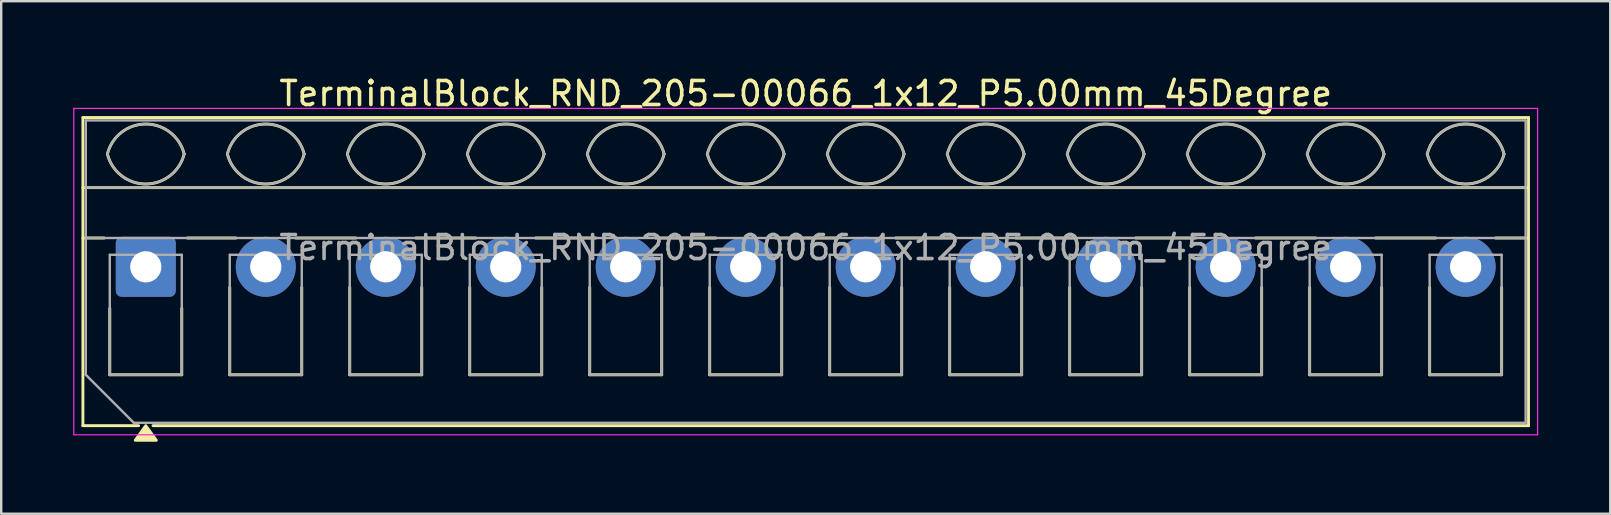
<source format=kicad_pcb>
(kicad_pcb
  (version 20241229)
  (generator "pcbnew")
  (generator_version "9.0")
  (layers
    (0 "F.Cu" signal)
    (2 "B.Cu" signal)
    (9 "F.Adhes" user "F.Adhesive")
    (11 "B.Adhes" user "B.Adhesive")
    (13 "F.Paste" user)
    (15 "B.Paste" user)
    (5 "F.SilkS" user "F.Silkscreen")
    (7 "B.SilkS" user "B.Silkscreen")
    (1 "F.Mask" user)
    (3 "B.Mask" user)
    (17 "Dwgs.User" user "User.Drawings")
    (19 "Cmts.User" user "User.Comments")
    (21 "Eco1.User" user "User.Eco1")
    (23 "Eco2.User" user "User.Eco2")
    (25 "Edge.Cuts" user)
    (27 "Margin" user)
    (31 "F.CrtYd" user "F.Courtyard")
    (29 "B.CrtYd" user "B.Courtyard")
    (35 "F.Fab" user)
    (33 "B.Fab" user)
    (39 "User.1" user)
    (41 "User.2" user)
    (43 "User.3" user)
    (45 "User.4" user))
  (footprint "TerminalBlock_RND_205-00066_1x12_P5.00mm_45Degree"
    (layer "F.Cu")
    (at 3.025 8.068)
    (property "Reference" "TerminalBlock_RND_205-00066_1x12_P5.00mm_45Degree" (at 27.5 -7.22 0) (layer "F.SilkS") (effects (font (size 1 1) (thickness 0.15))))
    (attr through_hole)
    (fp_line (start -2.62 -6.22) (end -2.62 6.62) (stroke (width 0.12) (type solid)) (layer "F.SilkS"))
    (fp_line (start -2.62 -6.22) (end 57.62 -6.22) (stroke (width 0.12) (type solid)) (layer "F.SilkS"))
    (fp_line (start -2.62 -3.3) (end 57.62 -3.3) (stroke (width 0.12) (type solid)) (layer "F.SilkS"))
    (fp_line (start -2.62 -1.2) (end -1.73 -1.2) (stroke (width 0.12) (type solid)) (layer "F.SilkS"))
    (fp_line (start -2.62 6.62) (end -0.3 6.62) (stroke (width 0.12) (type solid)) (layer "F.SilkS"))
    (fp_line (start -1.5 1.73) (end -1.5 4.5) (stroke (width 0.12) (type solid)) (layer "F.SilkS"))
    (fp_line (start -1.5 4.5) (end 1.5 4.5) (stroke (width 0.12) (type solid)) (layer "F.SilkS"))
    (fp_line (start 0.3 6.62) (end 57.62 6.62) (stroke (width 0.12) (type solid)) (layer "F.SilkS"))
    (fp_line (start 1.5 1.73) (end 1.5 4.5) (stroke (width 0.12) (type solid)) (layer "F.SilkS"))
    (fp_line (start 1.73 -1.2) (end 3.754 -1.2) (stroke (width 0.12) (type solid)) (layer "F.SilkS"))
    (fp_line (start 3.5 0.862) (end 3.5 4.5) (stroke (width 0.12) (type solid)) (layer "F.SilkS"))
    (fp_line (start 3.5 4.5) (end 6.5 4.5) (stroke (width 0.12) (type solid)) (layer "F.SilkS"))
    (fp_line (start 6.246 -1.2) (end 8.754 -1.2) (stroke (width 0.12) (type solid)) (layer "F.SilkS"))
    (fp_line (start 6.5 0.862) (end 6.5 4.5) (stroke (width 0.12) (type solid)) (layer "F.SilkS"))
    (fp_line (start 8.5 0.862) (end 8.5 4.5) (stroke (width 0.12) (type solid)) (layer "F.SilkS"))
    (fp_line (start 8.5 4.5) (end 11.5 4.5) (stroke (width 0.12) (type solid)) (layer "F.SilkS"))
    (fp_line (start 11.246 -1.2) (end 13.754 -1.2) (stroke (width 0.12) (type solid)) (layer "F.SilkS"))
    (fp_line (start 11.5 0.862) (end 11.5 4.5) (stroke (width 0.12) (type solid)) (layer "F.SilkS"))
    (fp_line (start 13.5 0.862) (end 13.5 4.5) (stroke (width 0.12) (type solid)) (layer "F.SilkS"))
    (fp_line (start 13.5 4.5) (end 16.5 4.5) (stroke (width 0.12) (type solid)) (layer "F.SilkS"))
    (fp_line (start 16.246 -1.2) (end 18.754 -1.2) (stroke (width 0.12) (type solid)) (layer "F.SilkS"))
    (fp_line (start 16.5 0.862) (end 16.5 4.5) (stroke (width 0.12) (type solid)) (layer "F.SilkS"))
    (fp_line (start 18.5 0.862) (end 18.5 4.5) (stroke (width 0.12) (type solid)) (layer "F.SilkS"))
    (fp_line (start 18.5 4.5) (end 21.5 4.5) (stroke (width 0.12) (type solid)) (layer "F.SilkS"))
    (fp_line (start 21.246 -1.2) (end 23.754 -1.2) (stroke (width 0.12) (type solid)) (layer "F.SilkS"))
    (fp_line (start 21.5 0.862) (end 21.5 4.5) (stroke (width 0.12) (type solid)) (layer "F.SilkS"))
    (fp_line (start 23.5 0.862) (end 23.5 4.5) (stroke (width 0.12) (type solid)) (layer "F.SilkS"))
    (fp_line (start 23.5 4.5) (end 26.5 4.5) (stroke (width 0.12) (type solid)) (layer "F.SilkS"))
    (fp_line (start 26.246 -1.2) (end 28.754 -1.2) (stroke (width 0.12) (type solid)) (layer "F.SilkS"))
    (fp_line (start 26.5 0.862) (end 26.5 4.5) (stroke (width 0.12) (type solid)) (layer "F.SilkS"))
    (fp_line (start 28.5 0.862) (end 28.5 4.5) (stroke (width 0.12) (type solid)) (layer "F.SilkS"))
    (fp_line (start 28.5 4.5) (end 31.5 4.5) (stroke (width 0.12) (type solid)) (layer "F.SilkS"))
    (fp_line (start 31.246 -1.2) (end 33.754 -1.2) (stroke (width 0.12) (type solid)) (layer "F.SilkS"))
    (fp_line (start 31.5 0.862) (end 31.5 4.5) (stroke (width 0.12) (type solid)) (layer "F.SilkS"))
    (fp_line (start 33.5 0.862) (end 33.5 4.5) (stroke (width 0.12) (type solid)) (layer "F.SilkS"))
    (fp_line (start 33.5 4.5) (end 36.5 4.5) (stroke (width 0.12) (type solid)) (layer "F.SilkS"))
    (fp_line (start 36.246 -1.2) (end 38.754 -1.2) (stroke (width 0.12) (type solid)) (layer "F.SilkS"))
    (fp_line (start 36.5 0.862) (end 36.5 4.5) (stroke (width 0.12) (type solid)) (layer "F.SilkS"))
    (fp_line (start 38.5 0.862) (end 38.5 4.5) (stroke (width 0.12) (type solid)) (layer "F.SilkS"))
    (fp_line (start 38.5 4.5) (end 41.5 4.5) (stroke (width 0.12) (type solid)) (layer "F.SilkS"))
    (fp_line (start 41.246 -1.2) (end 43.754 -1.2) (stroke (width 0.12) (type solid)) (layer "F.SilkS"))
    (fp_line (start 41.5 0.862) (end 41.5 4.5) (stroke (width 0.12) (type solid)) (layer "F.SilkS"))
    (fp_line (start 43.5 0.862) (end 43.5 4.5) (stroke (width 0.12) (type solid)) (layer "F.SilkS"))
    (fp_line (start 43.5 4.5) (end 46.5 4.5) (stroke (width 0.12) (type solid)) (layer "F.SilkS"))
    (fp_line (start 46.246 -1.2) (end 48.754 -1.2) (stroke (width 0.12) (type solid)) (layer "F.SilkS"))
    (fp_line (start 46.5 0.862) (end 46.5 4.5) (stroke (width 0.12) (type solid)) (layer "F.SilkS"))
    (fp_line (start 48.5 0.862) (end 48.5 4.5) (stroke (width 0.12) (type solid)) (layer "F.SilkS"))
    (fp_line (start 48.5 4.5) (end 51.5 4.5) (stroke (width 0.12) (type solid)) (layer "F.SilkS"))
    (fp_line (start 51.246 -1.2) (end 53.754 -1.2) (stroke (width 0.12) (type solid)) (layer "F.SilkS"))
    (fp_line (start 51.5 0.862) (end 51.5 4.5) (stroke (width 0.12) (type solid)) (layer "F.SilkS"))
    (fp_line (start 53.5 0.862) (end 53.5 4.5) (stroke (width 0.12) (type solid)) (layer "F.SilkS"))
    (fp_line (start 53.5 4.5) (end 56.5 4.5) (stroke (width 0.12) (type solid)) (layer "F.SilkS"))
    (fp_line (start 56.246 -1.2) (end 57.62 -1.2) (stroke (width 0.12) (type solid)) (layer "F.SilkS"))
    (fp_line (start 56.5 0.862) (end 56.5 4.5) (stroke (width 0.12) (type solid)) (layer "F.SilkS"))
    (fp_line (start 57.62 -6.22) (end 57.62 6.62) (stroke (width 0.12) (type solid)) (layer "F.SilkS"))
    (fp_arc (start -1.6 -4.7) (mid 0 -5.95) (end 1.6 -4.7) (stroke (width 0.12) (type solid)) (layer "F.SilkS"))
    (fp_arc (start 1.6 -4.7) (mid 0 -3.45) (end -1.6 -4.7) (stroke (width 0.12) (type solid)) (layer "F.SilkS"))
    (fp_arc (start 3.4 -4.7) (mid 5 -5.95) (end 6.6 -4.7) (stroke (width 0.12) (type solid)) (layer "F.SilkS"))
    (fp_arc (start 6.6 -4.7) (mid 5 -3.45) (end 3.4 -4.7) (stroke (width 0.12) (type solid)) (layer "F.SilkS"))
    (fp_arc (start 8.4 -4.7) (mid 10 -5.95) (end 11.6 -4.7) (stroke (width 0.12) (type solid)) (layer "F.SilkS"))
    (fp_arc (start 11.6 -4.7) (mid 10 -3.45) (end 8.4 -4.7) (stroke (width 0.12) (type solid)) (layer "F.SilkS"))
    (fp_arc (start 13.4 -4.7) (mid 15 -5.95) (end 16.6 -4.7) (stroke (width 0.12) (type solid)) (layer "F.SilkS"))
    (fp_arc (start 16.6 -4.7) (mid 15 -3.45) (end 13.4 -4.7) (stroke (width 0.12) (type solid)) (layer "F.SilkS"))
    (fp_arc (start 18.4 -4.7) (mid 20 -5.95) (end 21.6 -4.7) (stroke (width 0.12) (type solid)) (layer "F.SilkS"))
    (fp_arc (start 21.6 -4.7) (mid 20 -3.45) (end 18.4 -4.7) (stroke (width 0.12) (type solid)) (layer "F.SilkS"))
    (fp_arc (start 23.4 -4.7) (mid 25 -5.95) (end 26.6 -4.7) (stroke (width 0.12) (type solid)) (layer "F.SilkS"))
    (fp_arc (start 26.6 -4.7) (mid 25 -3.45) (end 23.4 -4.7) (stroke (width 0.12) (type solid)) (layer "F.SilkS"))
    (fp_arc (start 28.4 -4.7) (mid 30 -5.95) (end 31.6 -4.7) (stroke (width 0.12) (type solid)) (layer "F.SilkS"))
    (fp_arc (start 31.6 -4.7) (mid 30 -3.45) (end 28.4 -4.7) (stroke (width 0.12) (type solid)) (layer "F.SilkS"))
    (fp_arc (start 33.4 -4.7) (mid 35 -5.95) (end 36.6 -4.7) (stroke (width 0.12) (type solid)) (layer "F.SilkS"))
    (fp_arc (start 36.6 -4.7) (mid 35 -3.45) (end 33.4 -4.7) (stroke (width 0.12) (type solid)) (layer "F.SilkS"))
    (fp_arc (start 38.4 -4.7) (mid 40 -5.95) (end 41.6 -4.7) (stroke (width 0.12) (type solid)) (layer "F.SilkS"))
    (fp_arc (start 41.6 -4.7) (mid 40 -3.45) (end 38.4 -4.7) (stroke (width 0.12) (type solid)) (layer "F.SilkS"))
    (fp_arc (start 43.4 -4.7) (mid 45 -5.95) (end 46.6 -4.7) (stroke (width 0.12) (type solid)) (layer "F.SilkS"))
    (fp_arc (start 46.6 -4.7) (mid 45 -3.45) (end 43.4 -4.7) (stroke (width 0.12) (type solid)) (layer "F.SilkS"))
    (fp_arc (start 48.4 -4.7) (mid 50 -5.95) (end 51.6 -4.7) (stroke (width 0.12) (type solid)) (layer "F.SilkS"))
    (fp_arc (start 51.6 -4.7) (mid 50 -3.45) (end 48.4 -4.7) (stroke (width 0.12) (type solid)) (layer "F.SilkS"))
    (fp_arc (start 53.4 -4.7) (mid 55 -5.95) (end 56.6 -4.7) (stroke (width 0.12) (type solid)) (layer "F.SilkS"))
    (fp_arc (start 56.6 -4.7) (mid 55 -3.45) (end 53.4 -4.7) (stroke (width 0.12) (type solid)) (layer "F.SilkS"))
    (fp_poly (pts (xy 0 6.62) (xy 0.44 7.23) (xy -0.44 7.23)) (stroke (width 0.12) (type solid)) (fill yes) (layer "F.SilkS"))
    (fp_line (start -3 -6.6) (end -3 7) (stroke (width 0.05) (type solid)) (layer "F.CrtYd"))
    (fp_line (start -3 7) (end 58 7) (stroke (width 0.05) (type solid)) (layer "F.CrtYd"))
    (fp_line (start 58 -6.6) (end -3 -6.6) (stroke (width 0.05) (type solid)) (layer "F.CrtYd"))
    (fp_line (start 58 7) (end 58 -6.6) (stroke (width 0.05) (type solid)) (layer "F.CrtYd"))
    (fp_line (start -2.5 -6.1) (end 57.5 -6.1) (stroke (width 0.1) (type solid)) (layer "F.Fab"))
    (fp_line (start -2.5 -3.3) (end 57.5 -3.3) (stroke (width 0.1) (type solid)) (layer "F.Fab"))
    (fp_line (start -2.5 -1.2) (end 57.5 -1.2) (stroke (width 0.1) (type solid)) (layer "F.Fab"))
    (fp_line (start -2.5 4.5) (end -2.5 -6.1) (stroke (width 0.1) (type solid)) (layer "F.Fab"))
    (fp_line (start -1.5 -0.5) (end -1.5 4.5) (stroke (width 0.1) (type solid)) (layer "F.Fab"))
    (fp_line (start -1.5 4.5) (end 1.5 4.5) (stroke (width 0.1) (type solid)) (layer "F.Fab"))
    (fp_line (start -0.5 6.5) (end -2.5 4.5) (stroke (width 0.1) (type solid)) (layer "F.Fab"))
    (fp_line (start 1.5 -0.5) (end -1.5 -0.5) (stroke (width 0.1) (type solid)) (layer "F.Fab"))
    (fp_line (start 1.5 4.5) (end 1.5 -0.5) (stroke (width 0.1) (type solid)) (layer "F.Fab"))
    (fp_line (start 3.5 -0.5) (end 3.5 4.5) (stroke (width 0.1) (type solid)) (layer "F.Fab"))
    (fp_line (start 3.5 4.5) (end 6.5 4.5) (stroke (width 0.1) (type solid)) (layer "F.Fab"))
    (fp_line (start 6.5 -0.5) (end 3.5 -0.5) (stroke (width 0.1) (type solid)) (layer "F.Fab"))
    (fp_line (start 6.5 4.5) (end 6.5 -0.5) (stroke (width 0.1) (type solid)) (layer "F.Fab"))
    (fp_line (start 8.5 -0.5) (end 8.5 4.5) (stroke (width 0.1) (type solid)) (layer "F.Fab"))
    (fp_line (start 8.5 4.5) (end 11.5 4.5) (stroke (width 0.1) (type solid)) (layer "F.Fab"))
    (fp_line (start 11.5 -0.5) (end 8.5 -0.5) (stroke (width 0.1) (type solid)) (layer "F.Fab"))
    (fp_line (start 11.5 4.5) (end 11.5 -0.5) (stroke (width 0.1) (type solid)) (layer "F.Fab"))
    (fp_line (start 13.5 -0.5) (end 13.5 4.5) (stroke (width 0.1) (type solid)) (layer "F.Fab"))
    (fp_line (start 13.5 4.5) (end 16.5 4.5) (stroke (width 0.1) (type solid)) (layer "F.Fab"))
    (fp_line (start 16.5 -0.5) (end 13.5 -0.5) (stroke (width 0.1) (type solid)) (layer "F.Fab"))
    (fp_line (start 16.5 4.5) (end 16.5 -0.5) (stroke (width 0.1) (type solid)) (layer "F.Fab"))
    (fp_line (start 18.5 -0.5) (end 18.5 4.5) (stroke (width 0.1) (type solid)) (layer "F.Fab"))
    (fp_line (start 18.5 4.5) (end 21.5 4.5) (stroke (width 0.1) (type solid)) (layer "F.Fab"))
    (fp_line (start 21.5 -0.5) (end 18.5 -0.5) (stroke (width 0.1) (type solid)) (layer "F.Fab"))
    (fp_line (start 21.5 4.5) (end 21.5 -0.5) (stroke (width 0.1) (type solid)) (layer "F.Fab"))
    (fp_line (start 23.5 -0.5) (end 23.5 4.5) (stroke (width 0.1) (type solid)) (layer "F.Fab"))
    (fp_line (start 23.5 4.5) (end 26.5 4.5) (stroke (width 0.1) (type solid)) (layer "F.Fab"))
    (fp_line (start 26.5 -0.5) (end 23.5 -0.5) (stroke (width 0.1) (type solid)) (layer "F.Fab"))
    (fp_line (start 26.5 4.5) (end 26.5 -0.5) (stroke (width 0.1) (type solid)) (layer "F.Fab"))
    (fp_line (start 28.5 -0.5) (end 28.5 4.5) (stroke (width 0.1) (type solid)) (layer "F.Fab"))
    (fp_line (start 28.5 4.5) (end 31.5 4.5) (stroke (width 0.1) (type solid)) (layer "F.Fab"))
    (fp_line (start 31.5 -0.5) (end 28.5 -0.5) (stroke (width 0.1) (type solid)) (layer "F.Fab"))
    (fp_line (start 31.5 4.5) (end 31.5 -0.5) (stroke (width 0.1) (type solid)) (layer "F.Fab"))
    (fp_line (start 33.5 -0.5) (end 33.5 4.5) (stroke (width 0.1) (type solid)) (layer "F.Fab"))
    (fp_line (start 33.5 4.5) (end 36.5 4.5) (stroke (width 0.1) (type solid)) (layer "F.Fab"))
    (fp_line (start 36.5 -0.5) (end 33.5 -0.5) (stroke (width 0.1) (type solid)) (layer "F.Fab"))
    (fp_line (start 36.5 4.5) (end 36.5 -0.5) (stroke (width 0.1) (type solid)) (layer "F.Fab"))
    (fp_line (start 38.5 -0.5) (end 38.5 4.5) (stroke (width 0.1) (type solid)) (layer "F.Fab"))
    (fp_line (start 38.5 4.5) (end 41.5 4.5) (stroke (width 0.1) (type solid)) (layer "F.Fab"))
    (fp_line (start 41.5 -0.5) (end 38.5 -0.5) (stroke (width 0.1) (type solid)) (layer "F.Fab"))
    (fp_line (start 41.5 4.5) (end 41.5 -0.5) (stroke (width 0.1) (type solid)) (layer "F.Fab"))
    (fp_line (start 43.5 -0.5) (end 43.5 4.5) (stroke (width 0.1) (type solid)) (layer "F.Fab"))
    (fp_line (start 43.5 4.5) (end 46.5 4.5) (stroke (width 0.1) (type solid)) (layer "F.Fab"))
    (fp_line (start 46.5 -0.5) (end 43.5 -0.5) (stroke (width 0.1) (type solid)) (layer "F.Fab"))
    (fp_line (start 46.5 4.5) (end 46.5 -0.5) (stroke (width 0.1) (type solid)) (layer "F.Fab"))
    (fp_line (start 48.5 -0.5) (end 48.5 4.5) (stroke (width 0.1) (type solid)) (layer "F.Fab"))
    (fp_line (start 48.5 4.5) (end 51.5 4.5) (stroke (width 0.1) (type solid)) (layer "F.Fab"))
    (fp_line (start 51.5 -0.5) (end 48.5 -0.5) (stroke (width 0.1) (type solid)) (layer "F.Fab"))
    (fp_line (start 51.5 4.5) (end 51.5 -0.5) (stroke (width 0.1) (type solid)) (layer "F.Fab"))
    (fp_line (start 53.5 -0.5) (end 53.5 4.5) (stroke (width 0.1) (type solid)) (layer "F.Fab"))
    (fp_line (start 53.5 4.5) (end 56.5 4.5) (stroke (width 0.1) (type solid)) (layer "F.Fab"))
    (fp_line (start 56.5 -0.5) (end 53.5 -0.5) (stroke (width 0.1) (type solid)) (layer "F.Fab"))
    (fp_line (start 56.5 4.5) (end 56.5 -0.5) (stroke (width 0.1) (type solid)) (layer "F.Fab"))
    (fp_line (start 57.5 -6.1) (end 57.5 6.5) (stroke (width 0.1) (type solid)) (layer "F.Fab"))
    (fp_line (start 57.5 6.5) (end -0.5 6.5) (stroke (width 0.1) (type solid)) (layer "F.Fab"))
    (fp_arc (start -1.6 -4.7) (mid 0 -5.95) (end 1.6 -4.7) (stroke (width 0.1) (type solid)) (layer "F.Fab"))
    (fp_arc (start 1.6 -4.7) (mid 0 -3.45) (end -1.6 -4.7) (stroke (width 0.1) (type solid)) (layer "F.Fab"))
    (fp_arc (start 3.4 -4.7) (mid 5 -5.95) (end 6.6 -4.7) (stroke (width 0.1) (type solid)) (layer "F.Fab"))
    (fp_arc (start 6.6 -4.7) (mid 5 -3.45) (end 3.4 -4.7) (stroke (width 0.1) (type solid)) (layer "F.Fab"))
    (fp_arc (start 8.4 -4.7) (mid 10 -5.95) (end 11.6 -4.7) (stroke (width 0.1) (type solid)) (layer "F.Fab"))
    (fp_arc (start 11.6 -4.7) (mid 10 -3.45) (end 8.4 -4.7) (stroke (width 0.1) (type solid)) (layer "F.Fab"))
    (fp_arc (start 13.4 -4.7) (mid 15 -5.95) (end 16.6 -4.7) (stroke (width 0.1) (type solid)) (layer "F.Fab"))
    (fp_arc (start 16.6 -4.7) (mid 15 -3.45) (end 13.4 -4.7) (stroke (width 0.1) (type solid)) (layer "F.Fab"))
    (fp_arc (start 18.4 -4.7) (mid 20 -5.95) (end 21.6 -4.7) (stroke (width 0.1) (type solid)) (layer "F.Fab"))
    (fp_arc (start 21.6 -4.7) (mid 20 -3.45) (end 18.4 -4.7) (stroke (width 0.1) (type solid)) (layer "F.Fab"))
    (fp_arc (start 23.4 -4.7) (mid 25 -5.95) (end 26.6 -4.7) (stroke (width 0.1) (type solid)) (layer "F.Fab"))
    (fp_arc (start 26.6 -4.7) (mid 25 -3.45) (end 23.4 -4.7) (stroke (width 0.1) (type solid)) (layer "F.Fab"))
    (fp_arc (start 28.4 -4.7) (mid 30 -5.95) (end 31.6 -4.7) (stroke (width 0.1) (type solid)) (layer "F.Fab"))
    (fp_arc (start 31.6 -4.7) (mid 30 -3.45) (end 28.4 -4.7) (stroke (width 0.1) (type solid)) (layer "F.Fab"))
    (fp_arc (start 33.4 -4.7) (mid 35 -5.95) (end 36.6 -4.7) (stroke (width 0.1) (type solid)) (layer "F.Fab"))
    (fp_arc (start 36.6 -4.7) (mid 35 -3.45) (end 33.4 -4.7) (stroke (width 0.1) (type solid)) (layer "F.Fab"))
    (fp_arc (start 38.4 -4.7) (mid 40 -5.95) (end 41.6 -4.7) (stroke (width 0.1) (type solid)) (layer "F.Fab"))
    (fp_arc (start 41.6 -4.7) (mid 40 -3.45) (end 38.4 -4.7) (stroke (width 0.1) (type solid)) (layer "F.Fab"))
    (fp_arc (start 43.4 -4.7) (mid 45 -5.95) (end 46.6 -4.7) (stroke (width 0.1) (type solid)) (layer "F.Fab"))
    (fp_arc (start 46.6 -4.7) (mid 45 -3.45) (end 43.4 -4.7) (stroke (width 0.1) (type solid)) (layer "F.Fab"))
    (fp_arc (start 48.4 -4.7) (mid 50 -5.95) (end 51.6 -4.7) (stroke (width 0.1) (type solid)) (layer "F.Fab"))
    (fp_arc (start 51.6 -4.7) (mid 50 -3.45) (end 48.4 -4.7) (stroke (width 0.1) (type solid)) (layer "F.Fab"))
    (fp_arc (start 53.4 -4.7) (mid 55 -5.95) (end 56.6 -4.7) (stroke (width 0.1) (type solid)) (layer "F.Fab"))
    (fp_arc (start 56.6 -4.7) (mid 55 -3.45) (end 53.4 -4.7) (stroke (width 0.1) (type solid)) (layer "F.Fab"))
    (fp_text user "${REFERENCE}" (at 27.5 -0.8 0) (layer "F.Fab") (effects (font (size 1 1) (thickness 0.15))))
    (pad "1" thru_hole roundrect (at 0 0) (size 2.5 2.5) (drill 1.3) (layers "*.Cu" "*.Mask") (roundrect_rratio 0.1))
    (pad "2" thru_hole circle (at 5 0) (size 2.5 2.5) (drill 1.3) (layers "*.Cu" "*.Mask"))
    (pad "3" thru_hole circle (at 10 0) (size 2.5 2.5) (drill 1.3) (layers "*.Cu" "*.Mask"))
    (pad "4" thru_hole circle (at 15 0) (size 2.5 2.5) (drill 1.3) (layers "*.Cu" "*.Mask"))
    (pad "5" thru_hole circle (at 20 0) (size 2.5 2.5) (drill 1.3) (layers "*.Cu" "*.Mask"))
    (pad "6" thru_hole circle (at 25 0) (size 2.5 2.5) (drill 1.3) (layers "*.Cu" "*.Mask"))
    (pad "7" thru_hole circle (at 30 0) (size 2.5 2.5) (drill 1.3) (layers "*.Cu" "*.Mask"))
    (pad "8" thru_hole circle (at 35 0) (size 2.5 2.5) (drill 1.3) (layers "*.Cu" "*.Mask"))
    (pad "9" thru_hole circle (at 40 0) (size 2.5 2.5) (drill 1.3) (layers "*.Cu" "*.Mask"))
    (pad "10" thru_hole circle (at 45 0) (size 2.5 2.5) (drill 1.3) (layers "*.Cu" "*.Mask"))
    (pad "11" thru_hole circle (at 50 0) (size 2.5 2.5) (drill 1.3) (layers "*.Cu" "*.Mask"))
    (pad "12" thru_hole circle (at 55 0) (size 2.5 2.5) (drill 1.3) (layers "*.Cu" "*.Mask")))
  (gr_rect
    (start -3 -3)
    (end 64.05 18.358)
    (stroke (width 0.1) (type default))
    (fill no)
    (layer "Edge.Cuts")))
</source>
